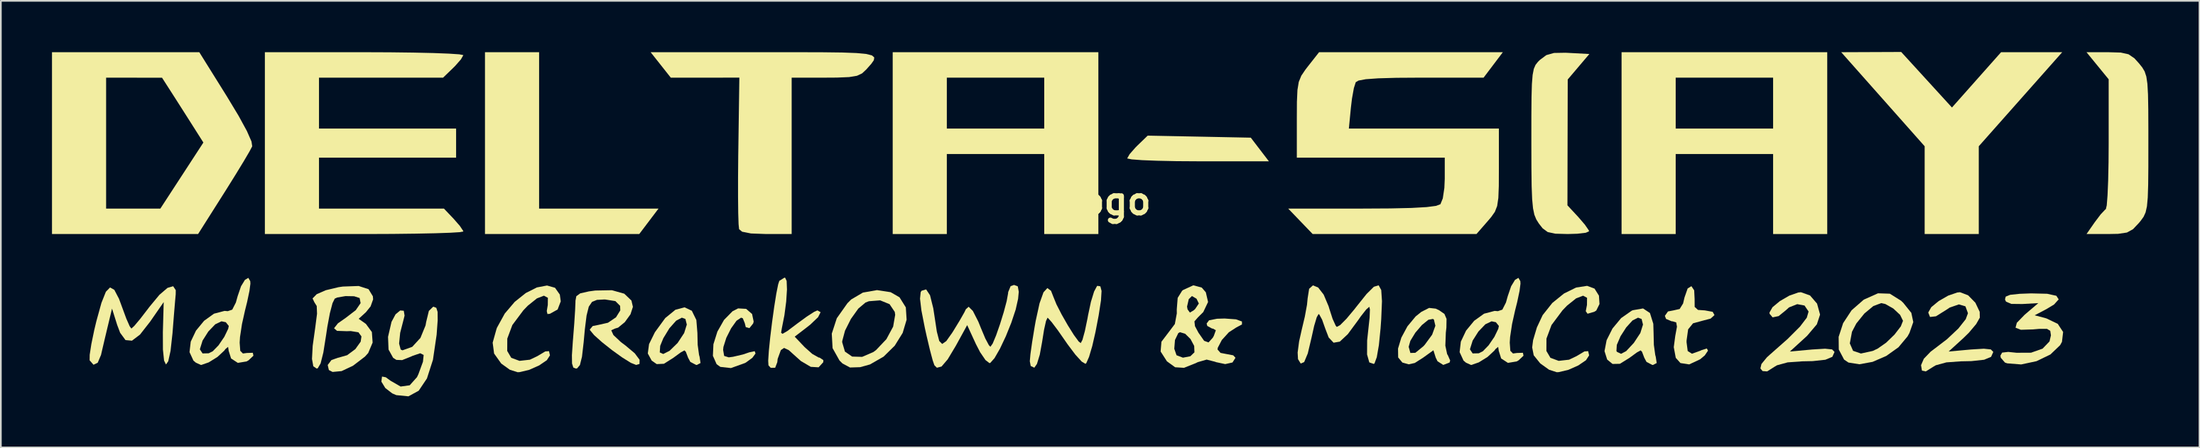
<source format=kicad_pcb>
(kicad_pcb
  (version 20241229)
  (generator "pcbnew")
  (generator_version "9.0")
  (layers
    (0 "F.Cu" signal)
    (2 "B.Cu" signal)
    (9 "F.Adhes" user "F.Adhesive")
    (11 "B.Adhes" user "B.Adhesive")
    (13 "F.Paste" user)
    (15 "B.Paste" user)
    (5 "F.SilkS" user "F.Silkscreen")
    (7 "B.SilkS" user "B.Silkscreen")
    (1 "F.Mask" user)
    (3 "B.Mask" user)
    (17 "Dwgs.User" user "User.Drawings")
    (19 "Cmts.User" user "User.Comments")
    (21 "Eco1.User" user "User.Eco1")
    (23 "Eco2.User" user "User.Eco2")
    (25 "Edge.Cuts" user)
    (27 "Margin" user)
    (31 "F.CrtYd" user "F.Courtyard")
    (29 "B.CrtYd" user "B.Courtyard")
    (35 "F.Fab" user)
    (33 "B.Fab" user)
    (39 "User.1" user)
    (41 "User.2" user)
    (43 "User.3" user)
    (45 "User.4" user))
  (footprint "logo"
    (layer "F.Cu")
    (at 62.018 8.765)
    (property "Reference" "logo" (at 0 0 0) (layer "F.SilkS") (effects (font (size 1.5 1.5) (thickness 0.3))))
    (attr board_only exclude_from_pos_files exclude_from_bom)
    (fp_poly (pts (xy -33.443 -4.162) (xy -33.443 0.427) (xy -29.94 0.427) (xy -26.437 0.427) (xy -27.002 1.174) (xy -27.567 1.921) (xy -32.093 1.921) (xy -36.618 1.921) (xy -36.618 -3.415) (xy -36.618 -8.751) (xy -35.031 -8.751) (xy -33.443 -8.751)) (stroke (width 0) (type solid)) (fill yes) (layer "F.SilkS"))
    (fp_poly (pts (xy 5.283 -3.795) (xy 8.307 -3.735) (xy 8.837 -3.042) (xy 9.368 -2.348) (xy 5.213 -2.348) (xy 3.939 -2.356) (xy 2.823 -2.38) (xy 1.929 -2.415) (xy 1.321 -2.461) (xy 1.063 -2.513) (xy 1.058 -2.521) (xy 1.198 -2.767) (xy 1.545 -3.162) (xy 1.658 -3.275) (xy 2.258 -3.854)) (stroke (width 0) (type solid)) (fill yes) (layer "F.SilkS"))
    (fp_poly (pts (xy 47.95 -7.135) (xy 49.439 -5.505) (xy 50.879 -7.128) (xy 52.32 -8.751) (xy 54.113 -8.751) (xy 55.906 -8.751) (xy 53.459 -5.991) (xy 51.012 -3.231) (xy 51.012 -0.655) (xy 51.012 1.921) (xy 49.424 1.921) (xy 47.837 1.921) (xy 47.837 -0.655) (xy 47.837 -3.231) (xy 45.39 -5.991) (xy 42.942 -8.751) (xy 44.702 -8.758) (xy 46.461 -8.765)) (stroke (width 0) (type solid)) (fill yes) (layer "F.SilkS"))
    (fp_poly (pts (xy -0.635 -3.415) (xy -0.635 1.921) (xy -2.223 1.921) (xy -3.81 1.921) (xy -3.81 -0.427) (xy -3.81 -2.775) (xy -6.668 -2.775) (xy -9.525 -2.775) (xy -9.525 -0.427) (xy -9.525 1.921) (xy -11.113 1.921) (xy -12.7 1.921) (xy -12.7 -3.415) (xy -12.7 -7.257) (xy -9.525 -7.257) (xy -9.525 -5.763) (xy -9.525 -4.269) (xy -6.668 -4.269) (xy -3.81 -4.269) (xy -3.81 -5.763) (xy -3.81 -7.257) (xy -6.668 -7.257) (xy -9.525 -7.257) (xy -12.7 -7.257) (xy -12.7 -8.751) (xy -6.668 -8.751) (xy -0.635 -8.751)) (stroke (width 0) (type solid)) (fill yes) (layer "F.SilkS"))
    (fp_poly (pts (xy 42.122 -3.415) (xy 42.122 1.921) (xy 40.534 1.921) (xy 38.947 1.921) (xy 38.947 -0.427) (xy 38.947 -2.775) (xy 36.089 -2.775) (xy 33.232 -2.775) (xy 33.232 -0.427) (xy 33.232 1.921) (xy 31.644 1.921) (xy 30.057 1.921) (xy 30.057 -3.415) (xy 30.057 -7.257) (xy 33.232 -7.257) (xy 33.232 -5.763) (xy 33.232 -4.269) (xy 36.089 -4.269) (xy 38.947 -4.269) (xy 38.947 -5.763) (xy 38.947 -7.257) (xy 36.089 -7.257) (xy 33.232 -7.257) (xy 30.057 -7.257) (xy 30.057 -8.751) (xy 36.089 -8.751) (xy 42.122 -8.751)) (stroke (width 0) (type solid)) (fill yes) (layer "F.SilkS"))
    (fp_poly (pts (xy -51.76 -6.16) (xy -51.072 -5.019) (xy -50.585 -4.126) (xy -50.315 -3.512) (xy -50.272 -3.228) (xy -50.43 -2.928) (xy -50.771 -2.347) (xy -51.248 -1.565) (xy -51.812 -0.661) (xy -51.924 -0.484) (xy -53.446 1.919) (xy -57.732 1.92) (xy -62.018 1.921) (xy -62.018 -3.415) (xy -62.018 -7.257) (xy -58.843 -7.257) (xy -58.843 -3.415) (xy -58.843 0.427) (xy -57.252 0.427) (xy -55.661 0.427) (xy -54.399 -1.511) (xy -53.137 -3.449) (xy -53.843 -4.562) (xy -54.327 -5.323) (xy -54.808 -6.077) (xy -55.056 -6.464) (xy -55.562 -7.252) (xy -57.203 -7.255) (xy -58.843 -7.257) (xy -62.018 -7.257) (xy -62.018 -8.751) (xy -57.698 -8.751) (xy -53.377 -8.751)) (stroke (width 0) (type solid)) (fill yes) (layer "F.SilkS"))
    (fp_poly (pts (xy -21.298 6.313) (xy -20.949 6.616) (xy -20.856 7.059) (xy -20.886 7.171) (xy -21.105 7.445) (xy -21.319 7.386) (xy -21.378 7.15) (xy -21.494 6.866) (xy -21.593 6.83) (xy -21.862 7.01) (xy -22.178 7.452) (xy -22.461 8.013) (xy -22.63 8.547) (xy -22.648 8.722) (xy -22.587 9.076) (xy -22.318 9.159) (xy -22.066 9.126) (xy -21.487 8.991) (xy -21.114 8.865) (xy -20.795 8.797) (xy -20.747 8.934) (xy -20.932 9.186) (xy -21.315 9.465) (xy -21.368 9.493) (xy -22.188 9.788) (xy -22.81 9.719) (xy -23.029 9.562) (xy -23.248 9.068) (xy -23.217 8.389) (xy -22.984 7.647) (xy -22.594 6.961) (xy -22.095 6.453) (xy -21.768 6.286)) (stroke (width 0) (type solid)) (fill yes) (layer "F.SilkS"))
    (fp_poly (pts (xy -16.819 -8.747) (xy -15.664 -8.733) (xy -14.82 -8.701) (xy -14.25 -8.647) (xy -13.916 -8.562) (xy -13.781 -8.442) (xy -13.807 -8.28) (xy -13.956 -8.068) (xy -14.192 -7.802) (xy -14.25 -7.737) (xy -14.494 -7.509) (xy -14.796 -7.367) (xy -15.256 -7.291) (xy -15.973 -7.261) (xy -16.653 -7.257) (xy -18.627 -7.257) (xy -18.627 -2.668) (xy -18.627 1.921) (xy -20.115 1.921) (xy -21.013 1.888) (xy -21.534 1.785) (xy -21.711 1.637) (xy -21.741 1.345) (xy -21.762 0.696) (xy -21.772 -0.242) (xy -21.772 -1.399) (xy -21.761 -2.705) (xy -21.757 -2.952) (xy -21.696 -7.258) (xy -23.707 -7.257) (xy -25.718 -7.257) (xy -26.309 -8.004) (xy -26.9 -8.751) (xy -20.211 -8.751) (xy -18.322 -8.751)) (stroke (width 0) (type solid)) (fill yes) (layer "F.SilkS"))
    (fp_poly (pts (xy 26.968 -8.709) (xy 28.168 -8.645) (xy 27.533 -7.897) (xy 26.899 -7.15) (xy 26.89 -3.457) (xy 26.882 0.237) (xy 27.516 0.919) (xy 27.903 1.369) (xy 28.128 1.694) (xy 28.151 1.761) (xy 27.959 1.846) (xy 27.46 1.904) (xy 26.896 1.921) (xy 26.17 1.901) (xy 25.726 1.806) (xy 25.424 1.584) (xy 25.203 1.301) (xy 25.053 1.062) (xy 24.941 0.787) (xy 24.863 0.412) (xy 24.812 -0.125) (xy 24.782 -0.89) (xy 24.769 -1.946) (xy 24.765 -3.356) (xy 24.765 -3.571) (xy 24.766 -5.019) (xy 24.775 -6.102) (xy 24.797 -6.881) (xy 24.84 -7.418) (xy 24.909 -7.773) (xy 25.012 -8.01) (xy 25.154 -8.189) (xy 25.267 -8.299) (xy 25.643 -8.58) (xy 26.093 -8.707) (xy 26.771 -8.719)) (stroke (width 0) (type solid)) (fill yes) (layer "F.SilkS"))
    (fp_poly (pts (xy 59.333 -8.73) (xy 59.797 -8.629) (xy 60.141 -8.394) (xy 60.412 -8.095) (xy 60.603 -7.856) (xy 60.743 -7.62) (xy 60.841 -7.322) (xy 60.904 -6.894) (xy 60.939 -6.271) (xy 60.955 -5.386) (xy 60.96 -4.175) (xy 60.96 -3.415) (xy 60.959 -2.012) (xy 60.949 -0.97) (xy 60.925 -0.223) (xy 60.877 0.295) (xy 60.798 0.651) (xy 60.68 0.91) (xy 60.515 1.139) (xy 60.412 1.264) (xy 60.06 1.637) (xy 59.701 1.834) (xy 59.184 1.91) (xy 58.598 1.921) (xy 57.333 1.921) (xy 57.816 1.227) (xy 58.163 0.767) (xy 58.425 0.489) (xy 58.465 0.462) (xy 58.519 0.237) (xy 58.565 -0.347) (xy 58.602 -1.217) (xy 58.625 -2.306) (xy 58.632 -3.384) (xy 58.632 -7.16) (xy 57.981 -7.956) (xy 57.331 -8.751) (xy 58.597 -8.751)) (stroke (width 0) (type solid)) (fill yes) (layer "F.SilkS"))
    (fp_poly (pts (xy 34.317 5.226) (xy 34.342 5.733) (xy 34.345 6.198) (xy 34.54 6.376) (xy 34.942 6.403) (xy 35.402 6.487) (xy 35.508 6.678) (xy 35.281 6.885) (xy 34.804 7.01) (xy 34.249 7.162) (xy 33.962 7.516) (xy 33.871 8.172) (xy 33.87 8.271) (xy 33.937 8.79) (xy 34.186 8.946) (xy 34.677 8.771) (xy 34.727 8.744) (xy 35.06 8.638) (xy 35.127 8.767) (xy 34.94 9.043) (xy 34.666 9.273) (xy 34.024 9.573) (xy 33.511 9.494) (xy 33.236 9.187) (xy 33.12 8.561) (xy 33.206 7.906) (xy 33.307 7.359) (xy 33.263 7.109) (xy 33.049 7.044) (xy 32.998 7.044) (xy 32.667 6.904) (xy 32.597 6.724) (xy 32.779 6.465) (xy 33.102 6.403) (xy 33.465 6.321) (xy 33.666 5.997) (xy 33.749 5.643) (xy 33.934 5.116) (xy 34.154 4.982)) (stroke (width 0) (type solid)) (fill yes) (layer "F.SilkS"))
    (fp_poly (pts (xy -42.189 -8.745) (xy -40.817 -8.728) (xy -39.647 -8.702) (xy -38.733 -8.667) (xy -38.129 -8.627) (xy -37.89 -8.582) (xy -37.888 -8.578) (xy -38.028 -8.331) (xy -38.374 -7.938) (xy -38.482 -7.831) (xy -39.076 -7.257) (xy -42.715 -7.257) (xy -46.355 -7.257) (xy -46.355 -5.763) (xy -46.355 -4.269) (xy -42.333 -4.269) (xy -38.312 -4.269) (xy -38.312 -3.415) (xy -38.312 -2.561) (xy -42.333 -2.561) (xy -46.355 -2.561) (xy -46.355 -1.067) (xy -46.355 0.427) (xy -42.69 0.427) (xy -39.026 0.427) (xy -38.457 1.026) (xy -38.092 1.444) (xy -37.898 1.735) (xy -37.888 1.773) (xy -38.091 1.811) (xy -38.663 1.846) (xy -39.55 1.876) (xy -40.699 1.899) (xy -42.054 1.915) (xy -43.563 1.921) (xy -43.709 1.921) (xy -49.53 1.921) (xy -49.53 -3.415) (xy -49.53 -8.751) (xy -43.709 -8.751)) (stroke (width 0) (type solid)) (fill yes) (layer "F.SilkS"))
    (fp_poly (pts (xy -12.82 5.335) (xy -12.299 5.636) (xy -11.93 6.226) (xy -11.884 6.949) (xy -12.115 7.725) (xy -12.58 8.474) (xy -13.234 9.117) (xy -14.031 9.575) (xy -14.61 9.736) (xy -15.205 9.755) (xy -15.646 9.518) (xy -15.822 9.343) (xy -16.227 8.62) (xy -16.246 8.273) (xy -15.663 8.273) (xy -15.502 8.821) (xy -15.08 9.114) (xy -14.493 9.131) (xy -13.836 8.848) (xy -13.677 8.732) (xy -13.07 8.092) (xy -12.674 7.356) (xy -12.554 6.661) (xy -12.58 6.49) (xy -12.886 6.036) (xy -13.436 5.814) (xy -14.096 5.865) (xy -14.294 5.941) (xy -14.718 6.298) (xy -15.151 6.904) (xy -15.498 7.594) (xy -15.661 8.205) (xy -15.663 8.273) (xy -16.246 8.273) (xy -16.274 7.769) (xy -15.98 6.865) (xy -15.357 5.984) (xy -15.137 5.763) (xy -14.449 5.358) (xy -13.622 5.213)) (stroke (width 0) (type solid)) (fill yes) (layer "F.SilkS"))
    (fp_poly (pts (xy 45.794 5.423) (xy 46.455 5.837) (xy 46.583 5.96) (xy 47.055 6.548) (xy 47.17 7.088) (xy 46.946 7.726) (xy 46.831 7.933) (xy 46.301 8.568) (xy 45.583 9.078) (xy 44.783 9.424) (xy 44.009 9.565) (xy 43.367 9.464) (xy 43.111 9.291) (xy 42.8 8.701) (xy 42.796 8.34) (xy 43.447 8.34) (xy 43.638 8.776) (xy 44.1 8.934) (xy 44.786 8.784) (xy 45.077 8.649) (xy 45.577 8.299) (xy 46.07 7.821) (xy 46.438 7.342) (xy 46.567 7.015) (xy 46.397 6.666) (xy 45.997 6.293) (xy 45.529 6.028) (xy 45.287 5.976) (xy 44.826 6.149) (xy 44.3 6.587) (xy 43.828 7.173) (xy 43.574 7.659) (xy 43.447 8.34) (xy 42.796 8.34) (xy 42.792 7.955) (xy 43.054 7.152) (xy 43.551 6.396) (xy 44.25 5.786) (xy 44.289 5.762) (xy 45.1 5.4)) (stroke (width 0) (type solid)) (fill yes) (layer "F.SilkS"))
    (fp_poly (pts (xy -32.509 5.075) (xy -32.227 5.476) (xy -32.173 5.873) (xy -32.357 6.351) (xy -32.812 6.604) (xy -32.954 6.617) (xy -32.993 6.441) (xy -32.933 6.083) (xy -32.928 5.664) (xy -33.16 5.54) (xy -33.572 5.699) (xy -34.107 6.129) (xy -34.366 6.398) (xy -35.012 7.262) (xy -35.309 8.058) (xy -35.313 8.783) (xy -35.076 9.187) (xy -34.592 9.365) (xy -33.983 9.297) (xy -33.543 9.087) (xy -33.08 8.811) (xy -32.863 8.795) (xy -32.808 9.033) (xy -32.808 9.047) (xy -32.991 9.328) (xy -33.442 9.634) (xy -34.022 9.892) (xy -34.586 10.026) (xy -34.702 10.032) (xy -35.159 9.887) (xy -35.649 9.534) (xy -35.675 9.508) (xy -36.083 8.935) (xy -36.167 8.298) (xy -35.938 7.481) (xy -35.91 7.41) (xy -35.456 6.587) (xy -34.873 5.902) (xy -34.223 5.383) (xy -33.571 5.055) (xy -32.978 4.943)) (stroke (width 0) (type solid)) (fill yes) (layer "F.SilkS"))
    (fp_poly (pts (xy -24.484 6.424) (xy -24.218 6.967) (xy -24.157 7.725) (xy -24.141 8.423) (xy -24.06 9.015) (xy -24.029 9.125) (xy -23.973 9.493) (xy -24.188 9.604) (xy -24.231 9.605) (xy -24.572 9.426) (xy -24.704 9.178) (xy -24.835 8.833) (xy -24.915 8.751) (xy -25.134 8.87) (xy -25.527 9.157) (xy -25.554 9.178) (xy -26.119 9.536) (xy -26.543 9.556) (xy -26.839 9.349) (xy -27.066 8.932) (xy -27.058 8.869) (xy -26.365 8.869) (xy -26.161 8.963) (xy -25.791 8.777) (xy -25.325 8.323) (xy -25.313 8.308) (xy -24.934 7.733) (xy -24.778 7.235) (xy -24.86 6.907) (xy -25.068 6.83) (xy -25.403 7.007) (xy -25.799 7.452) (xy -26.157 8.039) (xy -26.339 8.484) (xy -26.365 8.869) (xy -27.058 8.869) (xy -26.993 8.382) (xy -26.649 7.684) (xy -26.043 6.853) (xy -25.446 6.366) (xy -24.91 6.224)) (stroke (width 0) (type solid)) (fill yes) (layer "F.SilkS"))
    (fp_poly (pts (xy 19.157 6.301) (xy 19.364 6.401) (xy 19.665 6.611) (xy 19.79 6.901) (xy 19.781 7.411) (xy 19.748 7.709) (xy 19.719 8.472) (xy 19.825 8.971) (xy 19.866 9.034) (xy 20.003 9.347) (xy 19.965 9.465) (xy 19.598 9.604) (xy 19.261 9.39) (xy 19.155 9.175) (xy 19.019 8.744) (xy 18.42 9.175) (xy 17.926 9.49) (xy 17.572 9.569) (xy 17.198 9.464) (xy 16.952 9.165) (xy 16.944 8.644) (xy 16.975 8.541) (xy 17.568 8.541) (xy 17.669 8.902) (xy 17.959 8.893) (xy 18.422 8.516) (xy 18.508 8.425) (xy 18.944 7.831) (xy 19.135 7.305) (xy 19.05 6.947) (xy 18.996 6.903) (xy 18.723 6.954) (xy 18.344 7.263) (xy 17.958 7.713) (xy 17.667 8.19) (xy 17.568 8.541) (xy 16.975 8.541) (xy 17.138 8.002) (xy 17.495 7.339) (xy 17.978 6.757) (xy 18.309 6.491) (xy 18.767 6.258)) (stroke (width 0) (type solid)) (fill yes) (layer "F.SilkS"))
    (fp_poly (pts (xy 28.472 5.125) (xy 28.73 5.538) (xy 28.762 6.03) (xy 28.573 6.413) (xy 28.452 6.487) (xy 28.061 6.599) (xy 27.957 6.449) (xy 28.027 6.083) (xy 28.032 5.664) (xy 27.8 5.54) (xy 27.388 5.699) (xy 26.853 6.129) (xy 26.594 6.398) (xy 25.948 7.262) (xy 25.651 8.058) (xy 25.647 8.783) (xy 25.884 9.187) (xy 26.368 9.365) (xy 26.977 9.297) (xy 27.417 9.087) (xy 27.88 8.811) (xy 28.097 8.795) (xy 28.152 9.033) (xy 28.152 9.047) (xy 27.969 9.328) (xy 27.518 9.634) (xy 26.938 9.892) (xy 26.374 10.026) (xy 26.258 10.032) (xy 25.806 9.887) (xy 25.31 9.532) (xy 25.263 9.486) (xy 24.903 9.037) (xy 24.813 8.576) (xy 24.867 8.152) (xy 25.09 7.402) (xy 25.425 6.687) (xy 25.433 6.674) (xy 25.995 5.966) (xy 26.68 5.412) (xy 27.393 5.061) (xy 28.037 4.963)) (stroke (width 0) (type solid)) (fill yes) (layer "F.SilkS"))
    (fp_poly (pts (xy 50.386 5.517) (xy 50.813 5.954) (xy 51.066 6.486) (xy 51.073 6.83) (xy 50.859 7.206) (xy 50.431 7.714) (xy 50.104 8.034) (xy 49.245 8.817) (xy 50.551 8.698) (xy 51.308 8.652) (xy 51.719 8.694) (xy 51.857 8.832) (xy 51.858 8.855) (xy 51.734 9.13) (xy 51.325 9.3) (xy 50.58 9.38) (xy 49.976 9.392) (xy 49.113 9.454) (xy 48.491 9.624) (xy 48.353 9.705) (xy 47.904 9.985) (xy 47.679 9.937) (xy 47.625 9.62) (xy 47.789 9.24) (xy 48.194 8.82) (xy 48.313 8.732) (xy 49.148 8.094) (xy 49.815 7.466) (xy 50.247 6.92) (xy 50.377 6.568) (xy 50.229 6.165) (xy 49.844 6.051) (xy 49.305 6.238) (xy 49.1 6.375) (xy 48.499 6.75) (xy 48.151 6.789) (xy 48.048 6.527) (xy 48.225 6.215) (xy 48.661 5.855) (xy 49.216 5.537) (xy 49.748 5.353) (xy 49.91 5.336)) (stroke (width 0) (type solid)) (fill yes) (layer "F.SilkS"))
    (fp_poly (pts (xy 31.722 6.557) (xy 31.919 7.189) (xy 31.935 7.725) (xy 31.951 8.423) (xy 32.032 9.015) (xy 32.062 9.125) (xy 32.118 9.493) (xy 31.904 9.604) (xy 31.861 9.605) (xy 31.52 9.426) (xy 31.388 9.178) (xy 31.257 8.833) (xy 31.177 8.751) (xy 30.958 8.87) (xy 30.565 9.157) (xy 30.538 9.178) (xy 29.961 9.538) (xy 29.528 9.547) (xy 29.212 9.288) (xy 29.057 8.795) (xy 29.058 8.787) (xy 29.756 8.787) (xy 29.789 8.837) (xy 30.027 8.952) (xy 30.326 8.795) (xy 30.767 8.322) (xy 30.779 8.308) (xy 31.158 7.733) (xy 31.314 7.235) (xy 31.232 6.907) (xy 31.024 6.83) (xy 30.698 6.995) (xy 30.329 7.403) (xy 29.995 7.923) (xy 29.778 8.428) (xy 29.756 8.787) (xy 29.058 8.787) (xy 29.18 8.152) (xy 29.523 7.469) (xy 30.031 6.856) (xy 30.645 6.425) (xy 30.714 6.394) (xy 31.318 6.289)) (stroke (width 0) (type solid)) (fill yes) (layer "F.SilkS"))
    (fp_poly (pts (xy 55.022 5.427) (xy 55.564 5.546) (xy 55.699 5.758) (xy 55.425 6.06) (xy 54.98 6.328) (xy 54.292 6.69) (xy 54.976 6.872) (xy 55.645 7.192) (xy 55.96 7.67) (xy 55.892 8.249) (xy 55.785 8.444) (xy 55.214 8.991) (xy 54.396 9.385) (xy 53.497 9.576) (xy 52.681 9.511) (xy 52.546 9.464) (xy 52.302 9.182) (xy 52.282 9.058) (xy 52.381 8.88) (xy 52.738 8.84) (xy 53.229 8.89) (xy 54.08 8.886) (xy 54.754 8.649) (xy 55.162 8.223) (xy 55.245 7.865) (xy 55.205 7.603) (xy 55.016 7.488) (xy 54.571 7.486) (xy 54.187 7.519) (xy 53.48 7.541) (xy 53.168 7.419) (xy 53.243 7.132) (xy 53.698 6.664) (xy 53.814 6.563) (xy 54.504 5.976) (xy 53.56 6.029) (xy 52.921 6.022) (xy 52.61 5.89) (xy 52.55 5.763) (xy 52.592 5.594) (xy 52.853 5.489) (xy 53.407 5.43) (xy 54.076 5.405)) (stroke (width 0) (type solid)) (fill yes) (layer "F.SilkS"))
    (fp_poly (pts (xy 41.113 5.527) (xy 41.525 6.006) (xy 41.698 6.635) (xy 41.698 6.662) (xy 41.513 7.221) (xy 40.946 7.89) (xy 40.815 8.012) (xy 39.931 8.817) (xy 41.238 8.698) (xy 41.995 8.652) (xy 42.406 8.694) (xy 42.544 8.832) (xy 42.545 8.855) (xy 42.42 9.13) (xy 42.011 9.3) (xy 41.266 9.38) (xy 40.663 9.392) (xy 39.799 9.454) (xy 39.177 9.624) (xy 39.04 9.705) (xy 38.598 9.984) (xy 38.329 9.964) (xy 38.201 9.81) (xy 38.262 9.55) (xy 38.579 9.162) (xy 38.746 9.01) (xy 39.802 8.077) (xy 40.522 7.357) (xy 40.924 6.83) (xy 41.027 6.474) (xy 41.025 6.465) (xy 40.79 6.118) (xy 40.361 6.037) (xy 39.881 6.227) (xy 39.696 6.394) (xy 39.272 6.738) (xy 38.918 6.812) (xy 38.74 6.601) (xy 38.735 6.527) (xy 38.911 6.217) (xy 39.345 5.857) (xy 39.896 5.538) (xy 40.421 5.353) (xy 40.579 5.336)) (stroke (width 0) (type solid)) (fill yes) (layer "F.SilkS"))
    (fp_poly (pts (xy -18.921 4.674) (xy -18.902 5.178) (xy -18.948 5.885) (xy -19.053 6.69) (xy -19.203 7.451) (xy -19.247 7.717) (xy -19.165 7.779) (xy -18.889 7.62) (xy -18.352 7.217) (xy -18.31 7.184) (xy -17.742 6.769) (xy -17.302 6.485) (xy -17.115 6.403) (xy -16.93 6.51) (xy -17.078 6.802) (xy -17.531 7.235) (xy -17.691 7.362) (xy -18.449 7.945) (xy -17.863 8.562) (xy -17.419 8.957) (xy -17.047 9.167) (xy -16.982 9.178) (xy -16.767 9.322) (xy -16.774 9.445) (xy -17.046 9.744) (xy -17.505 9.717) (xy -18.083 9.377) (xy -18.341 9.147) (xy -18.799 8.734) (xy -19.072 8.606) (xy -19.249 8.725) (xy -19.268 8.754) (xy -19.449 9.25) (xy -19.47 9.445) (xy -19.595 9.771) (xy -19.855 9.774) (xy -19.988 9.629) (xy -20.004 9.357) (xy -19.965 8.771) (xy -19.884 7.978) (xy -19.775 7.086) (xy -19.652 6.2) (xy -19.529 5.428) (xy -19.419 4.876) (xy -19.352 4.67) (xy -19.058 4.486) (xy -19.013 4.482)) (stroke (width 0) (type solid)) (fill yes) (layer "F.SilkS"))
    (fp_poly (pts (xy -54.757 5.217) (xy -54.76 5.451) (xy -54.796 5.848) (xy -54.854 6.544) (xy -54.923 7.413) (xy -54.949 7.745) (xy -55.063 8.778) (xy -55.198 9.388) (xy -55.331 9.579) (xy -55.443 9.351) (xy -55.51 8.707) (xy -55.514 7.685) (xy -55.465 5.916) (xy -56.263 7.067) (xy -56.855 7.823) (xy -57.327 8.181) (xy -57.706 8.146) (xy -58.02 7.718) (xy -58.194 7.257) (xy -58.496 6.297) (xy -58.753 7.364) (xy -58.932 8.116) (xy -59.09 8.792) (xy -59.142 9.018) (xy -59.335 9.474) (xy -59.582 9.594) (xy -59.804 9.341) (xy -59.81 9.325) (xy -59.806 9.008) (xy -59.71 8.384) (xy -59.539 7.558) (xy -59.413 7.031) (xy -59.118 5.963) (xy -58.857 5.308) (xy -58.611 5.056) (xy -58.361 5.198) (xy -58.087 5.723) (xy -57.895 6.243) (xy -57.657 6.889) (xy -57.461 7.333) (xy -57.361 7.471) (xy -57.188 7.312) (xy -56.837 6.893) (xy -56.379 6.298) (xy -56.298 6.191) (xy -55.716 5.489) (xy -55.241 5.081) (xy -54.909 4.985)) (stroke (width 0) (type solid)) (fill yes) (layer "F.SilkS"))
    (fp_poly (pts (xy -39.473 6.252) (xy -39.397 6.491) (xy -39.393 6.99) (xy -39.454 7.829) (xy -39.456 7.844) (xy -39.67 9.304) (xy -40.023 10.399) (xy -40.505 11.117) (xy -41.107 11.447) (xy -41.822 11.376) (xy -42.056 11.276) (xy -42.464 10.962) (xy -42.695 10.585) (xy -42.659 10.289) (xy -42.657 10.287) (xy -42.44 10.327) (xy -42.159 10.531) (xy -41.567 10.873) (xy -41.033 10.799) (xy -40.606 10.321) (xy -40.523 10.146) (xy -40.256 9.416) (xy -40.215 9.019) (xy -40.416 8.918) (xy -40.875 9.075) (xy -40.947 9.11) (xy -41.478 9.321) (xy -41.816 9.308) (xy -42.006 9.187) (xy -42.275 8.701) (xy -42.305 7.956) (xy -42.101 7.076) (xy -41.864 6.634) (xy -41.591 6.408) (xy -41.382 6.424) (xy -41.335 6.707) (xy -41.378 6.884) (xy -41.593 7.719) (xy -41.656 8.35) (xy -41.563 8.7) (xy -41.457 8.747) (xy -40.885 8.542) (xy -40.404 8.018) (xy -40.104 7.285) (xy -40.068 7.085) (xy -39.91 6.434) (xy -39.662 6.192) (xy -39.63 6.19)) (stroke (width 0) (type solid)) (fill yes) (layer "F.SilkS"))
    (fp_poly (pts (xy -0.517 4.992) (xy -0.448 5.261) (xy -0.481 5.815) (xy -0.618 6.698) (xy -0.804 7.668) (xy -0.992 8.49) (xy -1.182 9.133) (xy -1.343 9.497) (xy -1.391 9.54) (xy -1.608 9.412) (xy -1.981 9.004) (xy -2.438 8.397) (xy -2.555 8.228) (xy -3.01 7.575) (xy -3.379 7.086) (xy -3.596 6.846) (xy -3.618 6.835) (xy -3.707 7.026) (xy -3.82 7.533) (xy -3.934 8.245) (xy -3.935 8.255) (xy -4.072 9.003) (xy -4.238 9.545) (xy -4.392 9.767) (xy -4.604 9.666) (xy -4.657 9.387) (xy -4.62 8.971) (xy -4.52 8.263) (xy -4.377 7.389) (xy -4.312 7.021) (xy -4.086 5.989) (xy -3.855 5.342) (xy -3.628 5.093) (xy -3.413 5.251) (xy -3.275 5.603) (xy -3.095 6.046) (xy -2.79 6.642) (xy -2.426 7.28) (xy -2.071 7.846) (xy -1.791 8.227) (xy -1.671 8.324) (xy -1.568 8.13) (xy -1.427 7.616) (xy -1.274 6.882) (xy -1.239 6.687) (xy -1.072 5.901) (xy -0.886 5.296) (xy -0.718 4.981) (xy -0.688 4.962)) (stroke (width 0) (type solid)) (fill yes) (layer "F.SilkS"))
    (fp_poly (pts (xy 22.528 -8.004) (xy 21.963 -7.257) (xy 18.297 -7.257) (xy 16.848 -7.248) (xy 15.781 -7.218) (xy 15.054 -7.166) (xy 14.627 -7.087) (xy 14.464 -6.99) (xy 14.353 -6.642) (xy 14.242 -6.023) (xy 14.179 -5.496) (xy 14.06 -4.269) (xy 18.46 -4.269) (xy 22.86 -4.269) (xy 22.86 -1.928) (xy 22.856 -0.899) (xy 22.829 -0.197) (xy 22.759 0.276) (xy 22.625 0.619) (xy 22.405 0.93) (xy 22.203 1.167) (xy 21.546 1.921) (xy 16.741 1.921) (xy 11.936 1.921) (xy 11.218 1.174) (xy 10.5 0.427) (xy 14.839 0.427) (xy 16.482 0.418) (xy 17.733 0.39) (xy 18.62 0.34) (xy 19.176 0.268) (xy 19.429 0.172) (xy 19.431 0.171) (xy 19.57 -0.171) (xy 19.662 -0.787) (xy 19.685 -1.323) (xy 19.685 -2.561) (xy 15.346 -2.561) (xy 11.007 -2.561) (xy 11.007 -4.825) (xy 11.012 -5.839) (xy 11.043 -6.532) (xy 11.121 -7.007) (xy 11.269 -7.37) (xy 11.508 -7.725) (xy 11.659 -7.92) (xy 12.312 -8.751) (xy 17.703 -8.751) (xy 23.093 -8.751)) (stroke (width 0) (type solid)) (fill yes) (layer "F.SilkS"))
    (fp_poly (pts (xy -28.447 5.423) (xy -28.026 5.825) (xy -27.94 6.195) (xy -28.082 6.633) (xy -28.417 7.095) (xy -28.808 7.415) (xy -28.998 7.471) (xy -29.211 7.572) (xy -29.083 7.85) (xy -28.642 8.265) (xy -28.368 8.471) (xy -27.831 8.922) (xy -27.548 9.302) (xy -27.553 9.547) (xy -27.75 9.605) (xy -28.062 9.481) (xy -28.57 9.163) (xy -29.169 8.732) (xy -29.754 8.268) (xy -30.218 7.852) (xy -30.456 7.565) (xy -30.468 7.524) (xy -30.298 7.321) (xy -29.974 7.257) (xy -29.403 7.128) (xy -28.932 6.808) (xy -28.68 6.402) (xy -28.691 6.135) (xy -28.968 5.858) (xy -29.561 5.764) (xy -29.631 5.763) (xy -30.049 5.786) (xy -30.337 5.903) (xy -30.528 6.184) (xy -30.658 6.702) (xy -30.761 7.528) (xy -30.829 8.271) (xy -30.927 9.12) (xy -31.048 9.61) (xy -31.213 9.806) (xy -31.282 9.818) (xy -31.435 9.758) (xy -31.511 9.522) (xy -31.518 9.034) (xy -31.463 8.212) (xy -31.45 8.058) (xy -31.381 7.177) (xy -31.332 6.416) (xy -31.31 5.91) (xy -31.31 5.84) (xy -31.259 5.57) (xy -31.03 5.403) (xy -30.523 5.288) (xy -30.146 5.237) (xy -29.171 5.219)) (stroke (width 0) (type solid)) (fill yes) (layer "F.SilkS"))
    (fp_poly (pts (xy 15.959 5.208) (xy 16.002 5.863) (xy 15.958 6.916) (xy 15.92 7.453) (xy 15.821 8.441) (xy 15.698 9.149) (xy 15.564 9.513) (xy 15.523 9.546) (xy 15.259 9.457) (xy 15.127 8.988) (xy 15.132 8.166) (xy 15.203 7.509) (xy 15.277 6.826) (xy 15.295 6.35) (xy 15.258 6.191) (xy 15.075 6.352) (xy 14.758 6.757) (xy 14.605 6.976) (xy 13.997 7.799) (xy 13.527 8.237) (xy 13.163 8.299) (xy 12.875 7.992) (xy 12.675 7.471) (xy 12.488 6.943) (xy 12.324 6.643) (xy 12.282 6.617) (xy 12.174 6.809) (xy 12.024 7.312) (xy 11.869 8.006) (xy 11.649 8.931) (xy 11.438 9.437) (xy 11.236 9.523) (xy 11.076 9.265) (xy 11.055 8.876) (xy 11.14 8.228) (xy 11.289 7.562) (xy 11.476 6.772) (xy 11.604 6.073) (xy 11.642 5.687) (xy 11.729 5.135) (xy 11.953 4.935) (xy 12.257 5.058) (xy 12.582 5.477) (xy 12.872 6.164) (xy 12.914 6.306) (xy 13.106 6.899) (xy 13.286 7.296) (xy 13.349 7.373) (xy 13.548 7.267) (xy 13.922 6.891) (xy 14.397 6.322) (xy 14.497 6.193) (xy 15.097 5.442) (xy 15.527 5.016) (xy 15.807 4.931)) (stroke (width 0) (type solid)) (fill yes) (layer "F.SilkS"))
    (fp_poly (pts (xy -5.362 4.992) (xy -5.305 5.312) (xy -5.344 5.725) (xy -5.486 6.356) (xy -5.741 7.122) (xy -6.063 7.921) (xy -6.407 8.649) (xy -6.726 9.204) (xy -6.974 9.484) (xy -7.024 9.498) (xy -7.257 9.319) (xy -7.572 8.857) (xy -7.817 8.383) (xy -8.331 7.268) (xy -8.995 8.477) (xy -9.474 9.276) (xy -9.836 9.699) (xy -10.107 9.769) (xy -10.254 9.624) (xy -10.355 9.331) (xy -10.516 8.725) (xy -10.708 7.912) (xy -10.812 7.445) (xy -11.016 6.403) (xy -11.097 5.716) (xy -11.058 5.333) (xy -11.007 5.251) (xy -10.739 5.171) (xy -10.511 5.513) (xy -10.32 6.278) (xy -10.253 6.713) (xy -10.11 7.655) (xy -9.969 8.199) (xy -9.796 8.373) (xy -9.557 8.205) (xy -9.215 7.723) (xy -9.138 7.601) (xy -8.769 6.996) (xy -8.5 6.524) (xy -8.409 6.337) (xy -8.245 6.189) (xy -7.997 6.436) (xy -7.68 7.057) (xy -7.52 7.451) (xy -7.268 8.051) (xy -7.058 8.445) (xy -6.968 8.538) (xy -6.836 8.351) (xy -6.635 7.871) (xy -6.406 7.216) (xy -6.186 6.505) (xy -6.014 5.859) (xy -5.93 5.396) (xy -5.927 5.332) (xy -5.782 4.979) (xy -5.581 4.909)) (stroke (width 0) (type solid)) (fill yes) (layer "F.SilkS"))
    (fp_poly (pts (xy -50.387 4.69) (xy -50.379 4.838) (xy -50.434 5.256) (xy -50.572 5.912) (xy -50.694 6.403) (xy -50.873 7.205) (xy -50.988 7.962) (xy -51.009 8.296) (xy -50.974 8.776) (xy -50.818 8.933) (xy -50.588 8.903) (xy -50.236 8.891) (xy -50.202 9.064) (xy -50.485 9.331) (xy -50.602 9.399) (xy -51.116 9.484) (xy -51.512 9.225) (xy -51.653 8.778) (xy -51.687 8.544) (xy -51.837 8.666) (xy -51.918 8.77) (xy -52.31 9.135) (xy -52.824 9.454) (xy -53.258 9.604) (xy -53.284 9.605) (xy -53.578 9.471) (xy -53.721 9.349) (xy -53.95 8.853) (xy -53.932 8.698) (xy -53.339 8.698) (xy -53.184 8.929) (xy -52.824 8.921) (xy -52.587 8.801) (xy -52.249 8.454) (xy -51.908 7.953) (xy -51.681 7.482) (xy -51.647 7.316) (xy -51.823 7.096) (xy -52.073 7.044) (xy -52.44 7.218) (xy -52.848 7.644) (xy -53.185 8.176) (xy -53.338 8.666) (xy -53.339 8.698) (xy -53.932 8.698) (xy -53.878 8.236) (xy -53.571 7.591) (xy -53.095 7.013) (xy -52.515 6.596) (xy -51.895 6.433) (xy -51.709 6.449) (xy -51.445 6.36) (xy -51.232 5.943) (xy -51.126 5.565) (xy -50.929 4.988) (xy -50.7 4.612) (xy -50.5 4.493)) (stroke (width 0) (type solid)) (fill yes) (layer "F.SilkS"))
    (fp_poly (pts (xy 24.119 4.69) (xy 24.127 4.838) (xy 24.073 5.256) (xy 23.935 5.912) (xy 23.812 6.403) (xy 23.633 7.205) (xy 23.519 7.962) (xy 23.498 8.296) (xy 23.532 8.776) (xy 23.688 8.933) (xy 23.918 8.903) (xy 24.271 8.891) (xy 24.304 9.064) (xy 24.021 9.331) (xy 23.905 9.399) (xy 23.391 9.484) (xy 22.994 9.225) (xy 22.853 8.778) (xy 22.819 8.544) (xy 22.669 8.666) (xy 22.589 8.77) (xy 22.196 9.135) (xy 21.682 9.454) (xy 21.248 9.604) (xy 21.223 9.605) (xy 20.929 9.471) (xy 20.786 9.349) (xy 20.557 8.853) (xy 20.575 8.698) (xy 21.167 8.698) (xy 21.322 8.929) (xy 21.682 8.921) (xy 21.92 8.801) (xy 22.257 8.454) (xy 22.599 7.953) (xy 22.826 7.482) (xy 22.86 7.316) (xy 22.683 7.096) (xy 22.434 7.044) (xy 22.067 7.218) (xy 21.659 7.644) (xy 21.322 8.176) (xy 21.168 8.666) (xy 21.167 8.698) (xy 20.575 8.698) (xy 20.629 8.236) (xy 20.935 7.591) (xy 21.411 7.013) (xy 21.992 6.596) (xy 22.612 6.433) (xy 22.798 6.449) (xy 23.062 6.36) (xy 23.274 5.943) (xy 23.381 5.565) (xy 23.578 4.988) (xy 23.806 4.612) (xy 24.007 4.493)) (stroke (width 0) (type solid)) (fill yes) (layer "F.SilkS"))
    (fp_poly (pts (xy -43.448 5.158) (xy -43.195 5.574) (xy -43.18 5.756) (xy -43.328 6.169) (xy -43.603 6.51) (xy -44.027 6.897) (xy -43.603 7.196) (xy -43.253 7.673) (xy -43.209 8.292) (xy -43.468 8.904) (xy -43.656 9.114) (xy -44.364 9.654) (xy -45.029 9.966) (xy -45.559 10.016) (xy -45.776 9.904) (xy -45.844 9.608) (xy -45.625 9.318) (xy -45.231 9.179) (xy -45.208 9.178) (xy -44.702 9.032) (xy -44.224 8.677) (xy -43.91 8.239) (xy -43.864 7.931) (xy -44.041 7.689) (xy -44.494 7.616) (xy -44.723 7.624) (xy -45.298 7.604) (xy -45.472 7.451) (xy -45.245 7.162) (xy -44.789 6.843) (xy -44.198 6.389) (xy -43.914 5.977) (xy -43.971 5.677) (xy -44.293 5.573) (xy -44.804 5.564) (xy -45.284 5.647) (xy -45.431 5.713) (xy -45.563 5.982) (xy -45.717 6.571) (xy -45.868 7.379) (xy -45.937 7.844) (xy -46.1 8.876) (xy -46.26 9.516) (xy -46.427 9.798) (xy -46.491 9.818) (xy -46.689 9.683) (xy -46.766 9.251) (xy -46.725 8.484) (xy -46.57 7.374) (xy -46.47 6.598) (xy -46.488 6.145) (xy -46.624 5.929) (xy -46.732 5.701) (xy -46.489 5.452) (xy -45.959 5.22) (xy -45.211 5.041) (xy -44.954 5.004) (xy -44.027 4.971)) (stroke (width 0) (type solid)) (fill yes) (layer "F.SilkS"))
    (fp_poly (pts (xy 5.429 5.064) (xy 5.669 5.341) (xy 5.8 5.91) (xy 5.519 6.501) (xy 5.2 6.819) (xy 5 7.049) (xy 5.032 7.328) (xy 5.234 7.708) (xy 5.569 8.189) (xy 5.828 8.283) (xy 6.078 8.006) (xy 6.138 7.897) (xy 6.256 7.569) (xy 6.087 7.472) (xy 6.04 7.471) (xy 5.754 7.315) (xy 5.715 7.175) (xy 5.859 6.984) (xy 6.328 6.893) (xy 6.773 6.88) (xy 7.437 6.928) (xy 7.788 7.054) (xy 7.789 7.228) (xy 7.461 7.402) (xy 7.02 7.687) (xy 6.607 8.142) (xy 6.37 8.596) (xy 6.355 8.698) (xy 6.532 8.898) (xy 6.879 8.965) (xy 7.277 9.04) (xy 7.408 9.185) (xy 7.234 9.46) (xy 6.807 9.555) (xy 6.27 9.441) (xy 6.22 9.42) (xy 5.718 9.291) (xy 5.193 9.442) (xy 5.08 9.498) (xy 4.389 9.774) (xy 3.868 9.741) (xy 3.387 9.392) (xy 3.017 8.816) (xy 3.03 8.654) (xy 3.818 8.654) (xy 3.949 9.033) (xy 3.951 9.036) (xy 4.326 9.178) (xy 4.761 9.095) (xy 5.001 8.864) (xy 4.986 8.489) (xy 4.769 8.083) (xy 4.455 7.773) (xy 4.15 7.683) (xy 4.053 7.738) (xy 3.859 8.141) (xy 3.818 8.654) (xy 3.03 8.654) (xy 3.065 8.242) (xy 3.48 7.696) (xy 3.851 7.204) (xy 3.967 6.58) (xy 3.964 6.355) (xy 3.977 6.182) (xy 4.567 6.182) (xy 4.599 6.347) (xy 4.736 6.532) (xy 4.971 6.389) (xy 5.047 6.315) (xy 5.259 5.998) (xy 5.125 5.723) (xy 5.115 5.713) (xy 4.854 5.561) (xy 4.667 5.745) (xy 4.567 6.182) (xy 3.977 6.182) (xy 4.018 5.669) (xy 4.276 5.253) (xy 4.334 5.207) (xy 4.936 4.931)) (stroke (width 0) (type solid)) (fill yes) (layer "F.SilkS")))
  (gr_rect
    (start -3 -3)
    (end 125.978 23.211)
    (stroke (width 0.1) (type default))
    (fill no)
    (layer "Edge.Cuts")))
</source>
